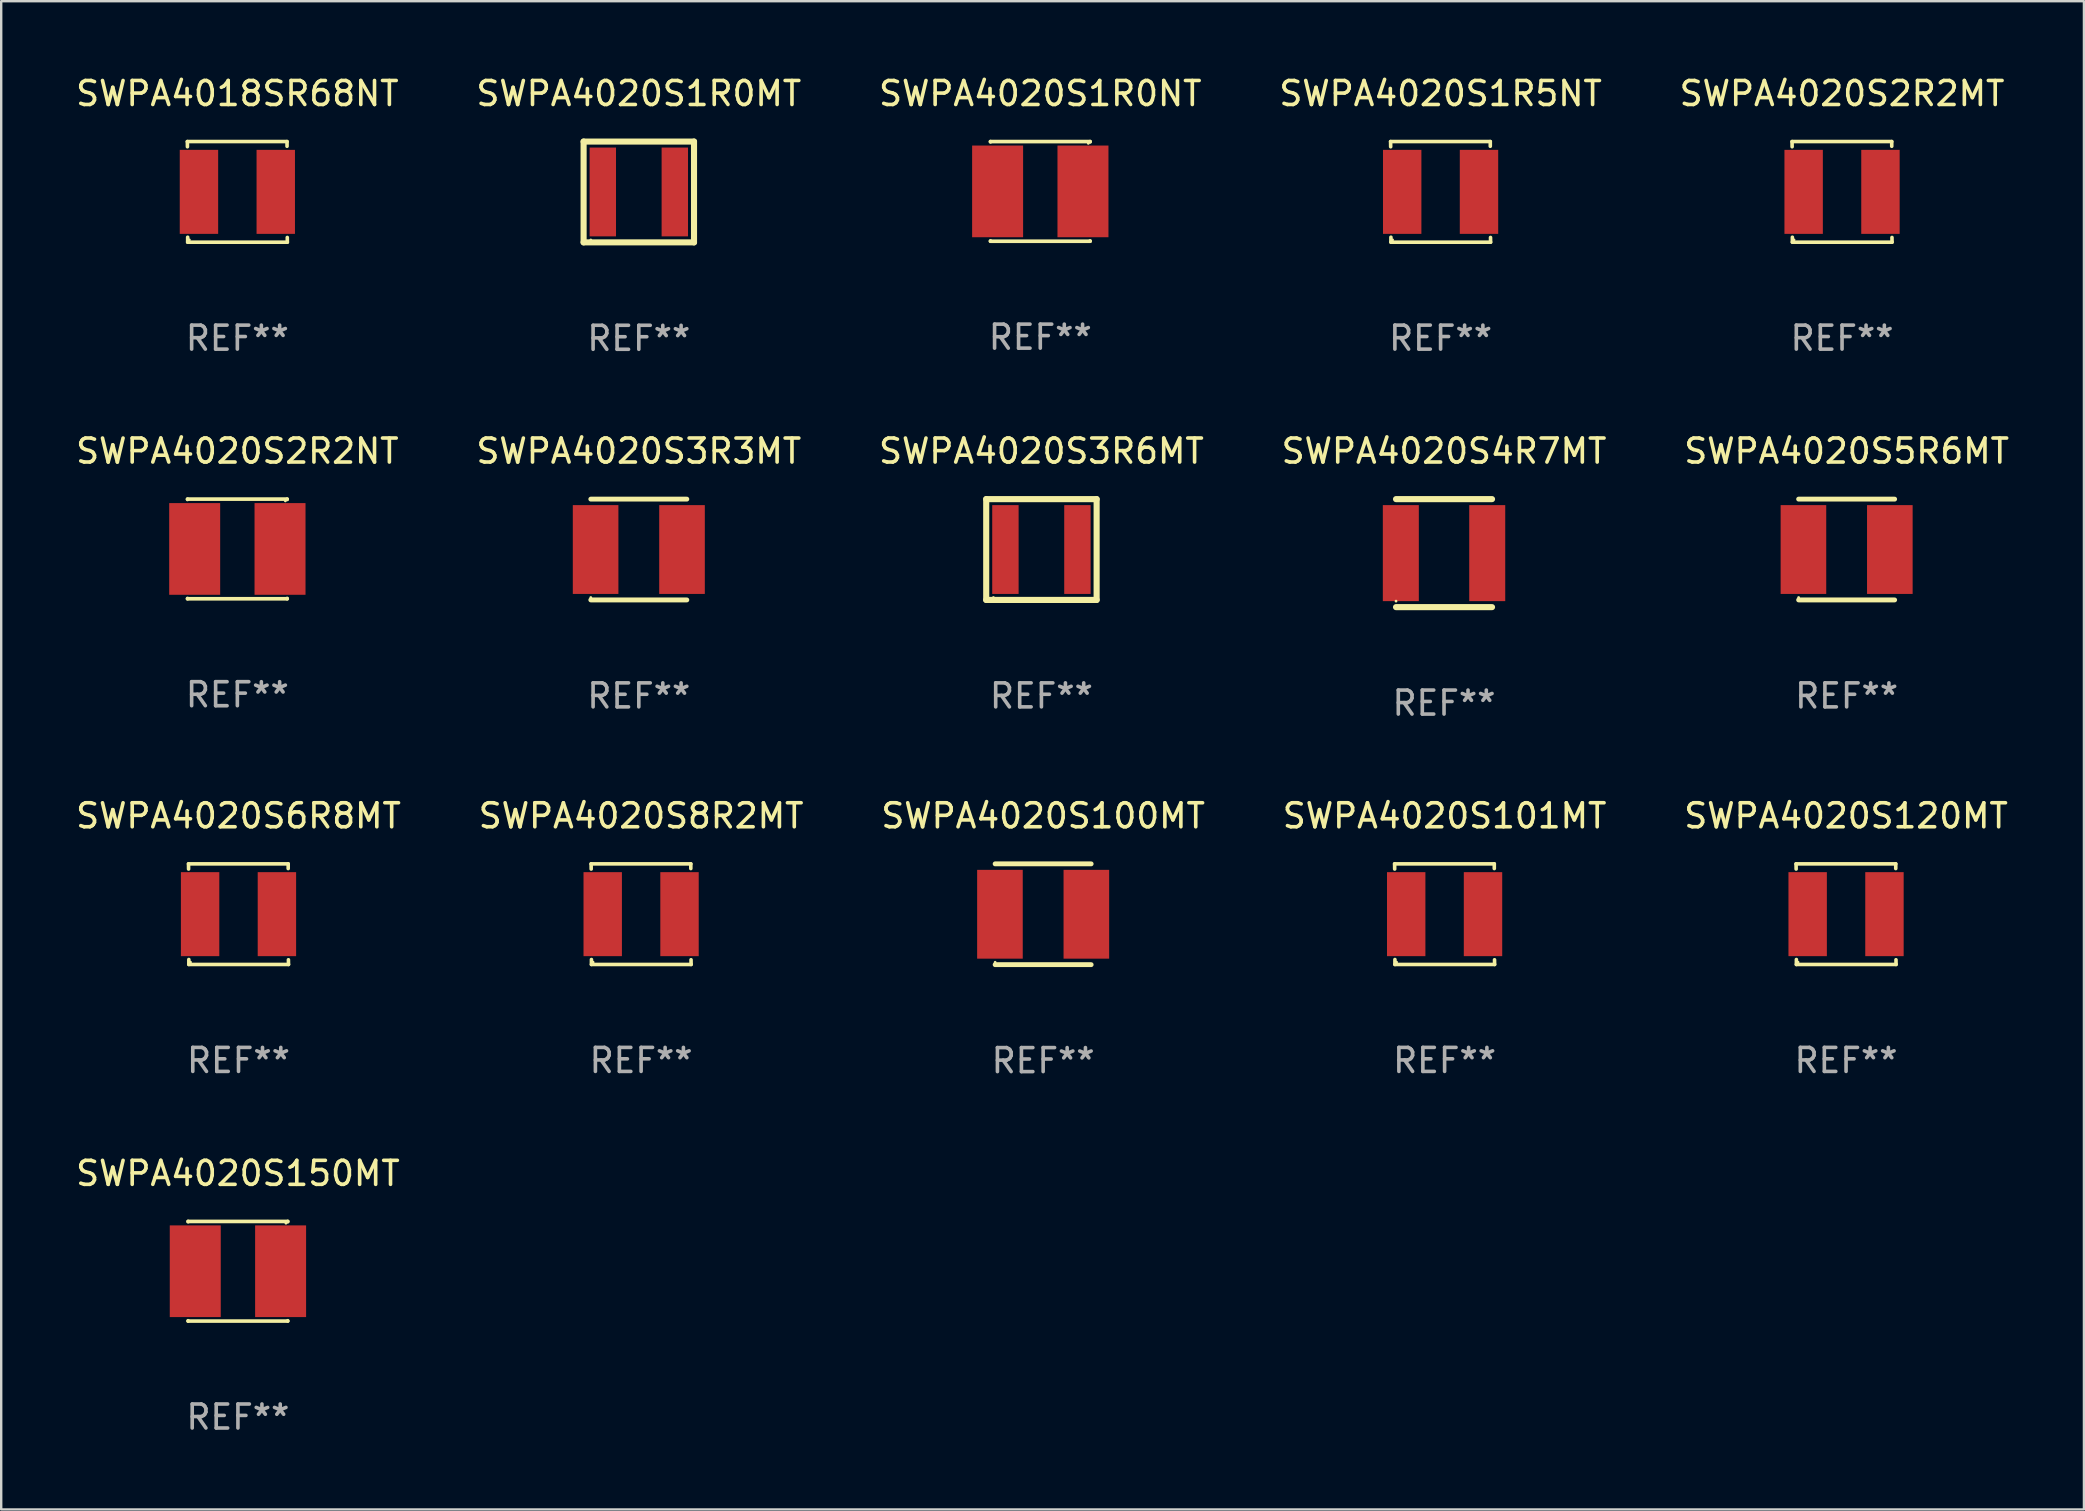
<source format=kicad_pcb>
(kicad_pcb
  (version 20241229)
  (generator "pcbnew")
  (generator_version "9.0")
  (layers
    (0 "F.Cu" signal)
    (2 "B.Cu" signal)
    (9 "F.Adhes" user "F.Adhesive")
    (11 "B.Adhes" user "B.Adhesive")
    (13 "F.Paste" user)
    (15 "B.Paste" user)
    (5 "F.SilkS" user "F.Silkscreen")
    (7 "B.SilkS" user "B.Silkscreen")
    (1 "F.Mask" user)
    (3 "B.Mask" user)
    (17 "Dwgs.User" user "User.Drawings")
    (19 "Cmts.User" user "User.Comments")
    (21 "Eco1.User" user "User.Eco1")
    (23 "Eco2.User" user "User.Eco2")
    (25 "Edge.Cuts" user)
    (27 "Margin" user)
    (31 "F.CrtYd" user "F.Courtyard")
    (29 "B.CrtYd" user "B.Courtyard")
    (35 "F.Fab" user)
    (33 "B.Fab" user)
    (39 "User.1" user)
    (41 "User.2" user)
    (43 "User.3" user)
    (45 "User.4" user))
  (footprint "SWPA4020S1R5NT"
    (layer "F.Cu")
    (at 56.97 4.944)
    (property "Reference" "SWPA4020S1R5NT" (at 0 -4.096 0) (layer "F.SilkS") (effects (font (size 1 1) (thickness 0.15))))
    (attr through_hole)
    (fp_line (start -2.083 -2.096) (end -2.08 -1.88) (stroke (width 0.15) (type solid)) (layer "F.SilkS"))
    (fp_line (start -2.07 1.89) (end -2.07 2.096) (stroke (width 0.15) (type solid)) (layer "F.SilkS"))
    (fp_line (start -2.07 2.096) (end 2.083 2.096) (stroke (width 0.15) (type solid)) (layer "F.SilkS"))
    (fp_line (start 2.07 -1.9) (end 2.07 -2.096) (stroke (width 0.15) (type solid)) (layer "F.SilkS"))
    (fp_line (start 2.07 -2.096) (end -2.083 -2.096) (stroke (width 0.15) (type solid)) (layer "F.SilkS"))
    (fp_line (start 2.083 2.096) (end 2.08 1.9) (stroke (width 0.15) (type solid)) (layer "F.SilkS"))
    (fp_circle (center -2 2) (end -1.97 2) (stroke (width 0.06) (type solid)) (fill no) (layer "F.SilkS"))
    (fp_text user "REF**" (at 0 6.096 0) (layer "F.Fab") (effects (font (size 1 1) (thickness 0.15))))
    (pad "1" smd rect (at -1.6 -0.000343) (size 1.6 3.5) (layers "F.Cu" "F.Mask" "F.Paste"))
    (pad "2" smd rect (at 1.6 -0.000343) (size 1.6 3.5) (layers "F.Cu" "F.Mask" "F.Paste")))
  (footprint "SWPA4020S3R3MT"
    (layer "F.Cu")
    (at 23.565 19.845)
    (property "Reference" "SWPA4020S3R3MT" (at 0 -4.1 0) (layer "F.SilkS") (effects (font (size 1 1) (thickness 0.15))))
    (attr through_hole)
    (fp_line (start -2 -2.1) (end 2 -2.1) (stroke (width 0.203) (type solid)) (layer "F.SilkS"))
    (fp_line (start -2 2.1) (end 2 2.1) (stroke (width 0.203) (type solid)) (layer "F.SilkS"))
    (fp_circle (center -2 2) (end -1.97 2) (stroke (width 0.06) (type solid)) (fill no) (layer "F.SilkS"))
    (fp_text user "REF**" (at 0 6.1 0) (layer "F.Fab") (effects (font (size 1 1) (thickness 0.15))))
    (pad "1" smd rect (at -1.8 0 90) (size 3.7 1.9) (layers "F.Cu" "F.Mask" "F.Paste"))
    (pad "2" smd rect (at 1.8 0 90) (size 3.7 1.9) (layers "F.Cu" "F.Mask" "F.Paste")))
  (footprint "SWPA4020S2R2MT"
    (layer "F.Cu")
    (at 73.696 4.944)
    (property "Reference" "SWPA4020S2R2MT" (at 0 -4.096 0) (layer "F.SilkS") (effects (font (size 1 1) (thickness 0.15))))
    (attr through_hole)
    (fp_line (start -2.083 -2.096) (end -2.08 -1.88) (stroke (width 0.15) (type solid)) (layer "F.SilkS"))
    (fp_line (start -2.07 1.89) (end -2.07 2.096) (stroke (width 0.15) (type solid)) (layer "F.SilkS"))
    (fp_line (start -2.07 2.096) (end 2.083 2.096) (stroke (width 0.15) (type solid)) (layer "F.SilkS"))
    (fp_line (start 2.07 -1.9) (end 2.07 -2.096) (stroke (width 0.15) (type solid)) (layer "F.SilkS"))
    (fp_line (start 2.07 -2.096) (end -2.083 -2.096) (stroke (width 0.15) (type solid)) (layer "F.SilkS"))
    (fp_line (start 2.083 2.096) (end 2.08 1.9) (stroke (width 0.15) (type solid)) (layer "F.SilkS"))
    (fp_circle (center -2 2) (end -1.97 2) (stroke (width 0.06) (type solid)) (fill no) (layer "F.SilkS"))
    (fp_text user "REF**" (at 0 6.096 0) (layer "F.Fab") (effects (font (size 1 1) (thickness 0.15))))
    (pad "1" smd rect (at -1.6 -0.000343) (size 1.6 3.5) (layers "F.Cu" "F.Mask" "F.Paste"))
    (pad "2" smd rect (at 1.6 -0.000343) (size 1.6 3.5) (layers "F.Cu" "F.Mask" "F.Paste")))
  (footprint "SWPA4020S100MT"
    (layer "F.Cu")
    (at 40.411 35.041)
    (property "Reference" "SWPA4020S100MT" (at 0 -4.1 0) (layer "F.SilkS") (effects (font (size 1 1) (thickness 0.15))))
    (attr through_hole)
    (fp_line (start -2 -2.1) (end 2 -2.1) (stroke (width 0.203) (type solid)) (layer "F.SilkS"))
    (fp_line (start -2 2.1) (end 2 2.1) (stroke (width 0.203) (type solid)) (layer "F.SilkS"))
    (fp_circle (center -2 2) (end -1.97 2) (stroke (width 0.06) (type solid)) (fill no) (layer "F.SilkS"))
    (fp_text user "REF**" (at 0 6.1 0) (layer "F.Fab") (effects (font (size 1 1) (thickness 0.15))))
    (pad "1" smd rect (at -1.8 0 90) (size 3.7 1.9) (layers "F.Cu" "F.Mask" "F.Paste"))
    (pad "2" smd rect (at 1.8 0 90) (size 3.7 1.9) (layers "F.Cu" "F.Mask" "F.Paste")))
  (footprint "SWPA4020S120MT"
    (layer "F.Cu")
    (at 73.863 35.037)
    (property "Reference" "SWPA4020S120MT" (at 0 -4.096 0) (layer "F.SilkS") (effects (font (size 1 1) (thickness 0.15))))
    (attr through_hole)
    (fp_line (start -2.083 -2.096) (end -2.08 -1.88) (stroke (width 0.15) (type solid)) (layer "F.SilkS"))
    (fp_line (start -2.07 1.89) (end -2.07 2.096) (stroke (width 0.15) (type solid)) (layer "F.SilkS"))
    (fp_line (start -2.07 2.096) (end 2.083 2.096) (stroke (width 0.15) (type solid)) (layer "F.SilkS"))
    (fp_line (start 2.07 -1.9) (end 2.07 -2.096) (stroke (width 0.15) (type solid)) (layer "F.SilkS"))
    (fp_line (start 2.07 -2.096) (end -2.083 -2.096) (stroke (width 0.15) (type solid)) (layer "F.SilkS"))
    (fp_line (start 2.083 2.096) (end 2.08 1.9) (stroke (width 0.15) (type solid)) (layer "F.SilkS"))
    (fp_circle (center -2 2) (end -1.97 2) (stroke (width 0.06) (type solid)) (fill no) (layer "F.SilkS"))
    (fp_text user "REF**" (at 0 6.096 0) (layer "F.Fab") (effects (font (size 1 1) (thickness 0.15))))
    (pad "1" smd rect (at -1.6 -0.000343) (size 1.6 3.5) (layers "F.Cu" "F.Mask" "F.Paste"))
    (pad "2" smd rect (at 1.6 -0.000343) (size 1.6 3.5) (layers "F.Cu" "F.Mask" "F.Paste")))
  (footprint "SWPA4020S101MT"
    (layer "F.Cu")
    (at 57.137 35.037)
    (property "Reference" "SWPA4020S101MT" (at 0 -4.096 0) (layer "F.SilkS") (effects (font (size 1 1) (thickness 0.15))))
    (attr through_hole)
    (fp_line (start -2.083 -2.096) (end -2.08 -1.88) (stroke (width 0.15) (type solid)) (layer "F.SilkS"))
    (fp_line (start -2.07 1.89) (end -2.07 2.096) (stroke (width 0.15) (type solid)) (layer "F.SilkS"))
    (fp_line (start -2.07 2.096) (end 2.083 2.096) (stroke (width 0.15) (type solid)) (layer "F.SilkS"))
    (fp_line (start 2.07 -1.9) (end 2.07 -2.096) (stroke (width 0.15) (type solid)) (layer "F.SilkS"))
    (fp_line (start 2.07 -2.096) (end -2.083 -2.096) (stroke (width 0.15) (type solid)) (layer "F.SilkS"))
    (fp_line (start 2.083 2.096) (end 2.08 1.9) (stroke (width 0.15) (type solid)) (layer "F.SilkS"))
    (fp_circle (center -2 2) (end -1.97 2) (stroke (width 0.06) (type solid)) (fill no) (layer "F.SilkS"))
    (fp_text user "REF**" (at 0 6.096 0) (layer "F.Fab") (effects (font (size 1 1) (thickness 0.15))))
    (pad "1" smd rect (at -1.6 -0.000343) (size 1.6 3.5) (layers "F.Cu" "F.Mask" "F.Paste"))
    (pad "2" smd rect (at 1.6 -0.000343) (size 1.6 3.5) (layers "F.Cu" "F.Mask" "F.Paste")))
  (footprint "SWPA4020S4R7MT"
    (layer "F.Cu")
    (at 57.113 19.995)
    (property "Reference" "SWPA4020S4R7MT" (at 0 -4.25 0) (layer "F.SilkS") (effects (font (size 1 1) (thickness 0.15))))
    (attr through_hole)
    (fp_line (start -2 -2.25) (end 2 -2.25) (stroke (width 0.254) (type solid)) (layer "F.SilkS"))
    (fp_line (start -2 2.25) (end 2 2.25) (stroke (width 0.254) (type solid)) (layer "F.SilkS"))
    (fp_circle (center -2 2) (end -1.97 2) (stroke (width 0.06) (type solid)) (fill no) (layer "F.SilkS"))
    (fp_text user "REF**" (at 0 6.25 0) (layer "F.Fab") (effects (font (size 1 1) (thickness 0.15))))
    (pad "1" smd rect (at -1.8 0) (size 1.5 4) (layers "F.Cu" "F.Mask" "F.Paste"))
    (pad "2" smd rect (at 1.8 0) (size 1.5 4) (layers "F.Cu" "F.Mask" "F.Paste")))
  (footprint "SWPA4020S150MT"
    (layer "F.Cu")
    (at 6.863 49.914)
    (property "Reference" "SWPA4020S150MT" (at 0 -4.076 0) (layer "F.SilkS") (effects (font (size 1 1) (thickness 0.15))))
    (attr through_hole)
    (fp_line (start -2.076 -2.076) (end 2.076 -2.076) (stroke (width 0.152) (type solid)) (layer "F.SilkS"))
    (fp_line (start -2.076 -2.062) (end -2.076 -2.076) (stroke (width 0.152) (type solid)) (layer "F.SilkS"))
    (fp_line (start -2.076 2.062) (end -2.076 2.076) (stroke (width 0.152) (type solid)) (layer "F.SilkS"))
    (fp_line (start -2.076 2.076) (end 2.076 2.076) (stroke (width 0.152) (type solid)) (layer "F.SilkS"))
    (fp_line (start 2.076 -2.076) (end 2.076 -2.062) (stroke (width 0.152) (type solid)) (layer "F.SilkS"))
    (fp_line (start 2.076 2.076) (end 2.076 2.062) (stroke (width 0.152) (type solid)) (layer "F.SilkS"))
    (fp_circle (center 2 -2) (end 2.03 -2) (stroke (width 0.06) (type solid)) (fill no) (layer "F.SilkS"))
    (fp_text user "REF**" (at 0 6.076 0) (layer "F.Fab") (effects (font (size 1 1) (thickness 0.15))))
    (pad "1" smd rect (at 1.778 0) (size 2.124 3.82) (layers "F.Cu" "F.Mask" "F.Paste"))
    (pad "2" smd rect (at -1.778 0) (size 2.124 3.82) (layers "F.Cu" "F.Mask" "F.Paste")))
  (footprint "SWPA4020S6R8MT"
    (layer "F.Cu")
    (at 6.887 35.037)
    (property "Reference" "SWPA4020S6R8MT" (at 0 -4.096 0) (layer "F.SilkS") (effects (font (size 1 1) (thickness 0.15))))
    (attr through_hole)
    (fp_line (start -2.083 -2.096) (end -2.08 -1.88) (stroke (width 0.15) (type solid)) (layer "F.SilkS"))
    (fp_line (start -2.07 1.89) (end -2.07 2.096) (stroke (width 0.15) (type solid)) (layer "F.SilkS"))
    (fp_line (start -2.07 2.096) (end 2.083 2.096) (stroke (width 0.15) (type solid)) (layer "F.SilkS"))
    (fp_line (start 2.07 -1.9) (end 2.07 -2.096) (stroke (width 0.15) (type solid)) (layer "F.SilkS"))
    (fp_line (start 2.07 -2.096) (end -2.083 -2.096) (stroke (width 0.15) (type solid)) (layer "F.SilkS"))
    (fp_line (start 2.083 2.096) (end 2.08 1.9) (stroke (width 0.15) (type solid)) (layer "F.SilkS"))
    (fp_circle (center -2 2) (end -1.97 2) (stroke (width 0.06) (type solid)) (fill no) (layer "F.SilkS"))
    (fp_text user "REF**" (at 0 6.096 0) (layer "F.Fab") (effects (font (size 1 1) (thickness 0.15))))
    (pad "1" smd rect (at -1.6 -0.000343) (size 1.6 3.5) (layers "F.Cu" "F.Mask" "F.Paste"))
    (pad "2" smd rect (at 1.6 -0.000343) (size 1.6 3.5) (layers "F.Cu" "F.Mask" "F.Paste")))
  (footprint "SWPA4020S8R2MT"
    (layer "F.Cu")
    (at 23.661 35.037)
    (property "Reference" "SWPA4020S8R2MT" (at 0 -4.096 0) (layer "F.SilkS") (effects (font (size 1 1) (thickness 0.15))))
    (attr through_hole)
    (fp_line (start -2.083 -2.096) (end -2.08 -1.88) (stroke (width 0.15) (type solid)) (layer "F.SilkS"))
    (fp_line (start -2.07 1.89) (end -2.07 2.096) (stroke (width 0.15) (type solid)) (layer "F.SilkS"))
    (fp_line (start -2.07 2.096) (end 2.083 2.096) (stroke (width 0.15) (type solid)) (layer "F.SilkS"))
    (fp_line (start 2.07 -1.9) (end 2.07 -2.096) (stroke (width 0.15) (type solid)) (layer "F.SilkS"))
    (fp_line (start 2.07 -2.096) (end -2.083 -2.096) (stroke (width 0.15) (type solid)) (layer "F.SilkS"))
    (fp_line (start 2.083 2.096) (end 2.08 1.9) (stroke (width 0.15) (type solid)) (layer "F.SilkS"))
    (fp_circle (center -2 2) (end -1.97 2) (stroke (width 0.06) (type solid)) (fill no) (layer "F.SilkS"))
    (fp_text user "REF**" (at 0 6.096 0) (layer "F.Fab") (effects (font (size 1 1) (thickness 0.15))))
    (pad "1" smd rect (at -1.6 -0.000343) (size 1.6 3.5) (layers "F.Cu" "F.Mask" "F.Paste"))
    (pad "2" smd rect (at 1.6 -0.000343) (size 1.6 3.5) (layers "F.Cu" "F.Mask" "F.Paste")))
  (footprint "SWPA4020S1R0MT"
    (layer "F.Cu")
    (at 23.565 4.948)
    (property "Reference" "SWPA4020S1R0MT" (at 0 -4.1 0) (layer "F.SilkS") (effects (font (size 1 1) (thickness 0.15))))
    (attr through_hole)
    (fp_line (start -2.3 -2.1) (end 2.3 -2.1) (stroke (width 0.254) (type solid)) (layer "F.SilkS"))
    (fp_line (start -2.3 2.1) (end -2.3 -2.1) (stroke (width 0.254) (type solid)) (layer "F.SilkS"))
    (fp_line (start 2.3 -2.1) (end 2.3 2.1) (stroke (width 0.254) (type solid)) (layer "F.SilkS"))
    (fp_line (start 2.3 2.1) (end -2.3 2.1) (stroke (width 0.254) (type solid)) (layer "F.SilkS"))
    (fp_circle (center -2 2) (end -1.97 2) (stroke (width 0.06) (type solid)) (fill no) (layer "F.SilkS"))
    (fp_text user "REF**" (at 0 6.1 0) (layer "F.Fab") (effects (font (size 1 1) (thickness 0.15))))
    (pad "1" smd rect (at -1.5 0) (size 1.1 3.7) (layers "F.Cu" "F.Mask" "F.Paste"))
    (pad "2" smd rect (at 1.5 0) (size 1.1 3.7) (layers "F.Cu" "F.Mask" "F.Paste")))
  (footprint "SWPA4020S3R6MT"
    (layer "F.Cu")
    (at 40.339 19.845)
    (property "Reference" "SWPA4020S3R6MT" (at 0 -4.1 0) (layer "F.SilkS") (effects (font (size 1 1) (thickness 0.15))))
    (attr through_hole)
    (fp_line (start -2.3 -2.1) (end 2.3 -2.1) (stroke (width 0.254) (type solid)) (layer "F.SilkS"))
    (fp_line (start -2.3 2.1) (end -2.3 -2.1) (stroke (width 0.254) (type solid)) (layer "F.SilkS"))
    (fp_line (start 2.3 -2.1) (end 2.3 2.1) (stroke (width 0.254) (type solid)) (layer "F.SilkS"))
    (fp_line (start 2.3 2.1) (end -2.3 2.1) (stroke (width 0.254) (type solid)) (layer "F.SilkS"))
    (fp_circle (center -2 2) (end -1.97 2) (stroke (width 0.06) (type solid)) (fill no) (layer "F.SilkS"))
    (fp_text user "REF**" (at 0 6.1 0) (layer "F.Fab") (effects (font (size 1 1) (thickness 0.15))))
    (pad "1" smd rect (at -1.5 0) (size 1.1 3.7) (layers "F.Cu" "F.Mask" "F.Paste"))
    (pad "2" smd rect (at 1.5 0) (size 1.1 3.7) (layers "F.Cu" "F.Mask" "F.Paste")))
  (footprint "SWPA4020S1R0NT"
    (layer "F.Cu")
    (at 40.292 4.924)
    (property "Reference" "SWPA4020S1R0NT" (at 0 -4.076 0) (layer "F.SilkS") (effects (font (size 1 1) (thickness 0.15))))
    (attr through_hole)
    (fp_line (start -2.076 -2.076) (end 2.076 -2.076) (stroke (width 0.152) (type solid)) (layer "F.SilkS"))
    (fp_line (start -2.076 -2.062) (end -2.076 -2.076) (stroke (width 0.152) (type solid)) (layer "F.SilkS"))
    (fp_line (start -2.076 2.062) (end -2.076 2.076) (stroke (width 0.152) (type solid)) (layer "F.SilkS"))
    (fp_line (start -2.076 2.076) (end 2.076 2.076) (stroke (width 0.152) (type solid)) (layer "F.SilkS"))
    (fp_line (start 2.076 -2.076) (end 2.076 -2.062) (stroke (width 0.152) (type solid)) (layer "F.SilkS"))
    (fp_line (start 2.076 2.076) (end 2.076 2.062) (stroke (width 0.152) (type solid)) (layer "F.SilkS"))
    (fp_circle (center 2 -2) (end 2.03 -2) (stroke (width 0.06) (type solid)) (fill no) (layer "F.SilkS"))
    (fp_text user "REF**" (at 0 6.076 0) (layer "F.Fab") (effects (font (size 1 1) (thickness 0.15))))
    (pad "1" smd rect (at 1.778 0) (size 2.124 3.82) (layers "F.Cu" "F.Mask" "F.Paste"))
    (pad "2" smd rect (at -1.778 0) (size 2.124 3.82) (layers "F.Cu" "F.Mask" "F.Paste")))
  (footprint "SWPA4020S5R6MT"
    (layer "F.Cu")
    (at 73.887 19.845)
    (property "Reference" "SWPA4020S5R6MT" (at 0 -4.1 0) (layer "F.SilkS") (effects (font (size 1 1) (thickness 0.15))))
    (attr through_hole)
    (fp_line (start -2 -2.1) (end 2 -2.1) (stroke (width 0.203) (type solid)) (layer "F.SilkS"))
    (fp_line (start -2 2.1) (end 2 2.1) (stroke (width 0.203) (type solid)) (layer "F.SilkS"))
    (fp_circle (center -2 2) (end -1.97 2) (stroke (width 0.06) (type solid)) (fill no) (layer "F.SilkS"))
    (fp_text user "REF**" (at 0 6.1 0) (layer "F.Fab") (effects (font (size 1 1) (thickness 0.15))))
    (pad "1" smd rect (at -1.8 0 90) (size 3.7 1.9) (layers "F.Cu" "F.Mask" "F.Paste"))
    (pad "2" smd rect (at 1.8 0 90) (size 3.7 1.9) (layers "F.Cu" "F.Mask" "F.Paste")))
  (footprint "SWPA4020S2R2NT"
    (layer "F.Cu")
    (at 6.839 19.821)
    (property "Reference" "SWPA4020S2R2NT" (at 0 -4.076 0) (layer "F.SilkS") (effects (font (size 1 1) (thickness 0.15))))
    (attr through_hole)
    (fp_line (start -2.076 -2.076) (end 2.076 -2.076) (stroke (width 0.152) (type solid)) (layer "F.SilkS"))
    (fp_line (start -2.076 -2.062) (end -2.076 -2.076) (stroke (width 0.152) (type solid)) (layer "F.SilkS"))
    (fp_line (start -2.076 2.062) (end -2.076 2.076) (stroke (width 0.152) (type solid)) (layer "F.SilkS"))
    (fp_line (start -2.076 2.076) (end 2.076 2.076) (stroke (width 0.152) (type solid)) (layer "F.SilkS"))
    (fp_line (start 2.076 -2.076) (end 2.076 -2.062) (stroke (width 0.152) (type solid)) (layer "F.SilkS"))
    (fp_line (start 2.076 2.076) (end 2.076 2.062) (stroke (width 0.152) (type solid)) (layer "F.SilkS"))
    (fp_circle (center 2 -2) (end 2.03 -2) (stroke (width 0.06) (type solid)) (fill no) (layer "F.SilkS"))
    (fp_text user "REF**" (at 0 6.076 0) (layer "F.Fab") (effects (font (size 1 1) (thickness 0.15))))
    (pad "1" smd rect (at 1.778 0) (size 2.124 3.82) (layers "F.Cu" "F.Mask" "F.Paste"))
    (pad "2" smd rect (at -1.778 0) (size 2.124 3.82) (layers "F.Cu" "F.Mask" "F.Paste")))
  (footprint "SWPA4018SR68NT"
    (layer "F.Cu")
    (at 6.839 4.944)
    (property "Reference" "SWPA4018SR68NT" (at 0 -4.096 0) (layer "F.SilkS") (effects (font (size 1 1) (thickness 0.15))))
    (attr through_hole)
    (fp_line (start -2.083 -2.096) (end -2.08 -1.88) (stroke (width 0.15) (type solid)) (layer "F.SilkS"))
    (fp_line (start -2.07 1.89) (end -2.07 2.096) (stroke (width 0.15) (type solid)) (layer "F.SilkS"))
    (fp_line (start -2.07 2.096) (end 2.083 2.096) (stroke (width 0.15) (type solid)) (layer "F.SilkS"))
    (fp_line (start 2.07 -1.9) (end 2.07 -2.096) (stroke (width 0.15) (type solid)) (layer "F.SilkS"))
    (fp_line (start 2.07 -2.096) (end -2.083 -2.096) (stroke (width 0.15) (type solid)) (layer "F.SilkS"))
    (fp_line (start 2.083 2.096) (end 2.08 1.9) (stroke (width 0.15) (type solid)) (layer "F.SilkS"))
    (fp_circle (center -2 2) (end -1.97 2) (stroke (width 0.06) (type solid)) (fill no) (layer "F.SilkS"))
    (fp_text user "REF**" (at 0 6.096 0) (layer "F.Fab") (effects (font (size 1 1) (thickness 0.15))))
    (pad "1" smd rect (at -1.6 -0.000343) (size 1.6 3.5) (layers "F.Cu" "F.Mask" "F.Paste"))
    (pad "2" smd rect (at 1.6 -0.000343) (size 1.6 3.5) (layers "F.Cu" "F.Mask" "F.Paste")))
  (gr_rect
    (start -3 -3)
    (end 83.774 59.838)
    (stroke (width 0.1) (type default))
    (fill no)
    (layer "Edge.Cuts")))
</source>
